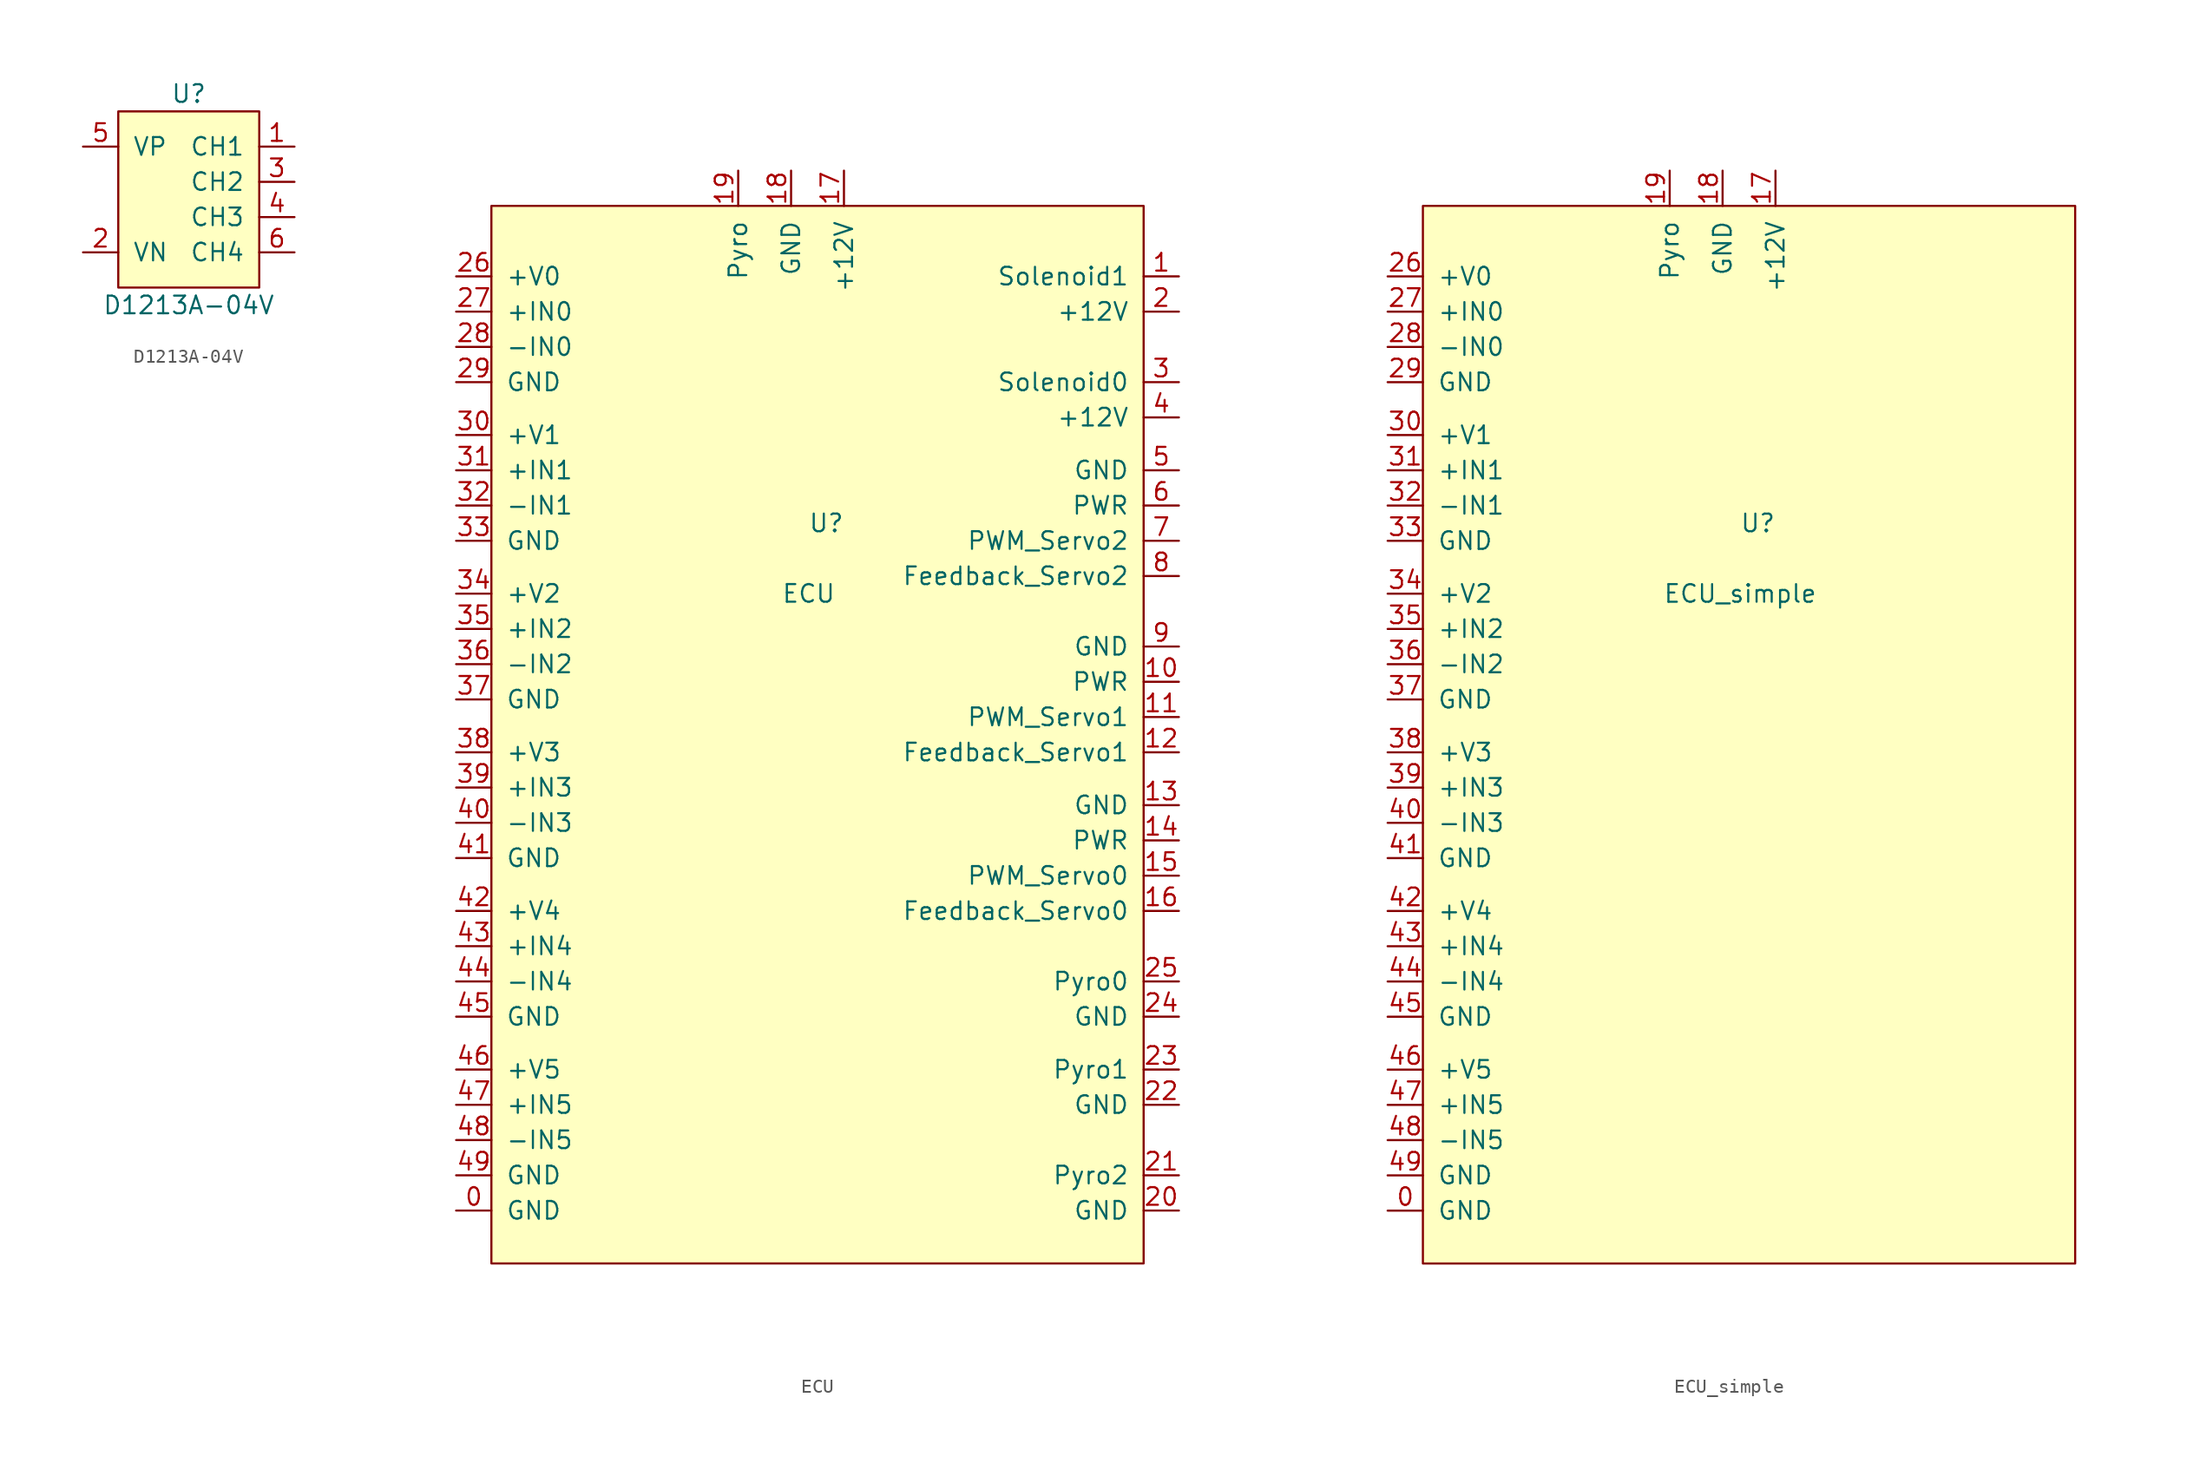
<source format=kicad_sym>
(kicad_symbol_lib
  (version 20211014)
  (generator kicad_symbol_editor)
  (symbol "D1213A-04V"
    (pin_names
      (offset 1.016))
    (property "Reference" "U"
      (at 0 7.62 0)
      (effects (font (size 1.27 1.27))))
    (property "Value" "D1213A-04V"
      (at 0 -7.62 0)
      (effects (font (size 1.27 1.27))))
    (symbol "D1213A-04V_0_1"
      (rectangle (start -5.08 6.35) (end 5.08 -6.35) (stroke (width 0) (type default) (color 0 0 0 0)) (fill (type background))))
    (symbol "D1213A-04V_1_1"
      (pin input line (at 7.62 3.81 180) (length 2.54) (name "CH1" (effects (font (size 1.27 1.27)))) (number "1" (effects (font (size 1.27 1.27)))))
      (pin power_in line (at -7.62 -3.81 0) (length 2.54) (name "VN" (effects (font (size 1.27 1.27)))) (number "2" (effects (font (size 1.27 1.27)))))
      (pin input line (at 7.62 1.27 180) (length 2.54) (name "CH2" (effects (font (size 1.27 1.27)))) (number "3" (effects (font (size 1.27 1.27)))))
      (pin input line (at 7.62 -1.27 180) (length 2.54) (name "CH3" (effects (font (size 1.27 1.27)))) (number "4" (effects (font (size 1.27 1.27)))))
      (pin power_in line (at -7.62 3.81 0) (length 2.54) (name "VP" (effects (font (size 1.27 1.27)))) (number "5" (effects (font (size 1.27 1.27)))))
      (pin input line (at 7.62 -3.81 180) (length 2.54) (name "CH4" (effects (font (size 1.27 1.27)))) (number "6" (effects (font (size 1.27 1.27)))))))
  (symbol "ECU"
    (pin_names
      (offset 1.016))
    (property "Reference" "U"
      (at 1.27 13.97 0)
      (effects (font (size 1.27 1.27))))
    (property "Value" "ECU"
      (at 0 8.89 0)
      (effects (font (size 1.27 1.27))))
    (symbol "ECU_0_1"
      (rectangle (start 24.13 36.83) (end -22.86 -39.37) (stroke (width 0) (type default) (color 0 0 0 0)) (fill (type background))))
    (symbol "ECU_1_1"
      (pin input line (at -25.4 -35.56 0) (length 2.54) (name "GND" (effects (font (size 1.27 1.27)))) (number "0" (effects (font (size 1.27 1.27)))))
      (pin input line (at 26.67 31.75 180) (length 2.54) (name "Solenoid1" (effects (font (size 1.27 1.27)))) (number "1" (effects (font (size 1.27 1.27)))))
      (pin input line (at 26.67 2.54 180) (length 2.54) (name "PWR" (effects (font (size 1.27 1.27)))) (number "10" (effects (font (size 1.27 1.27)))))
      (pin input line (at 26.67 0 180) (length 2.54) (name "PWM_Servo1" (effects (font (size 1.27 1.27)))) (number "11" (effects (font (size 1.27 1.27)))))
      (pin input line (at 26.67 -2.54 180) (length 2.54) (name "Feedback_Servo1" (effects (font (size 1.27 1.27)))) (number "12" (effects (font (size 1.27 1.27)))))
      (pin input line (at 26.67 -6.35 180) (length 2.54) (name "GND" (effects (font (size 1.27 1.27)))) (number "13" (effects (font (size 1.27 1.27)))))
      (pin input line (at 26.67 -8.89 180) (length 2.54) (name "PWR" (effects (font (size 1.27 1.27)))) (number "14" (effects (font (size 1.27 1.27)))))
      (pin input line (at 26.67 -11.43 180) (length 2.54) (name "PWM_Servo0" (effects (font (size 1.27 1.27)))) (number "15" (effects (font (size 1.27 1.27)))))
      (pin input line (at 26.67 -13.97 180) (length 2.54) (name "Feedback_Servo0" (effects (font (size 1.27 1.27)))) (number "16" (effects (font (size 1.27 1.27)))))
      (pin input line (at 2.54 39.37 270) (length 2.54) (name "+12V" (effects (font (size 1.27 1.27)))) (number "17" (effects (font (size 1.27 1.27)))))
      (pin input line (at -1.27 39.37 270) (length 2.54) (name "GND" (effects (font (size 1.27 1.27)))) (number "18" (effects (font (size 1.27 1.27)))))
      (pin input line (at -5.08 39.37 270) (length 2.54) (name "Pyro" (effects (font (size 1.27 1.27)))) (number "19" (effects (font (size 1.27 1.27)))))
      (pin input line (at 26.67 29.21 180) (length 2.54) (name "+12V" (effects (font (size 1.27 1.27)))) (number "2" (effects (font (size 1.27 1.27)))))
      (pin input line (at 26.67 -35.56 180) (length 2.54) (name "GND" (effects (font (size 1.27 1.27)))) (number "20" (effects (font (size 1.27 1.27)))))
      (pin input line (at 26.67 -33.02 180) (length 2.54) (name "Pyro2" (effects (font (size 1.27 1.27)))) (number "21" (effects (font (size 1.27 1.27)))))
      (pin input line (at 26.67 -27.94 180) (length 2.54) (name "GND" (effects (font (size 1.27 1.27)))) (number "22" (effects (font (size 1.27 1.27)))))
      (pin input line (at 26.67 -25.4 180) (length 2.54) (name "Pyro1" (effects (font (size 1.27 1.27)))) (number "23" (effects (font (size 1.27 1.27)))))
      (pin input line (at 26.67 -21.59 180) (length 2.54) (name "GND" (effects (font (size 1.27 1.27)))) (number "24" (effects (font (size 1.27 1.27)))))
      (pin input line (at 26.67 -19.05 180) (length 2.54) (name "Pyro0" (effects (font (size 1.27 1.27)))) (number "25" (effects (font (size 1.27 1.27)))))
      (pin input line (at -25.4 31.75 0) (length 2.54) (name "+V0" (effects (font (size 1.27 1.27)))) (number "26" (effects (font (size 1.27 1.27)))))
      (pin input line (at -25.4 29.21 0) (length 2.54) (name "+IN0" (effects (font (size 1.27 1.27)))) (number "27" (effects (font (size 1.27 1.27)))))
      (pin input line (at -25.4 26.67 0) (length 2.54) (name "-IN0" (effects (font (size 1.27 1.27)))) (number "28" (effects (font (size 1.27 1.27)))))
      (pin input line (at -25.4 24.13 0) (length 2.54) (name "GND" (effects (font (size 1.27 1.27)))) (number "29" (effects (font (size 1.27 1.27)))))
      (pin input line (at 26.67 24.13 180) (length 2.54) (name "Solenoid0" (effects (font (size 1.27 1.27)))) (number "3" (effects (font (size 1.27 1.27)))))
      (pin input line (at -25.4 20.32 0) (length 2.54) (name "+V1" (effects (font (size 1.27 1.27)))) (number "30" (effects (font (size 1.27 1.27)))))
      (pin input line (at -25.4 17.78 0) (length 2.54) (name "+IN1" (effects (font (size 1.27 1.27)))) (number "31" (effects (font (size 1.27 1.27)))))
      (pin input line (at -25.4 15.24 0) (length 2.54) (name "-IN1" (effects (font (size 1.27 1.27)))) (number "32" (effects (font (size 1.27 1.27)))))
      (pin input line (at -25.4 12.7 0) (length 2.54) (name "GND" (effects (font (size 1.27 1.27)))) (number "33" (effects (font (size 1.27 1.27)))))
      (pin input line (at -25.4 8.89 0) (length 2.54) (name "+V2" (effects (font (size 1.27 1.27)))) (number "34" (effects (font (size 1.27 1.27)))))
      (pin input line (at -25.4 6.35 0) (length 2.54) (name "+IN2" (effects (font (size 1.27 1.27)))) (number "35" (effects (font (size 1.27 1.27)))))
      (pin input line (at -25.4 3.81 0) (length 2.54) (name "-IN2" (effects (font (size 1.27 1.27)))) (number "36" (effects (font (size 1.27 1.27)))))
      (pin input line (at -25.4 1.27 0) (length 2.54) (name "GND" (effects (font (size 1.27 1.27)))) (number "37" (effects (font (size 1.27 1.27)))))
      (pin input line (at -25.4 -2.54 0) (length 2.54) (name "+V3" (effects (font (size 1.27 1.27)))) (number "38" (effects (font (size 1.27 1.27)))))
      (pin input line (at -25.4 -5.08 0) (length 2.54) (name "+IN3" (effects (font (size 1.27 1.27)))) (number "39" (effects (font (size 1.27 1.27)))))
      (pin input line (at 26.67 21.59 180) (length 2.54) (name "+12V" (effects (font (size 1.27 1.27)))) (number "4" (effects (font (size 1.27 1.27)))))
      (pin input line (at -25.4 -7.62 0) (length 2.54) (name "-IN3" (effects (font (size 1.27 1.27)))) (number "40" (effects (font (size 1.27 1.27)))))
      (pin input line (at -25.4 -10.16 0) (length 2.54) (name "GND" (effects (font (size 1.27 1.27)))) (number "41" (effects (font (size 1.27 1.27)))))
      (pin input line (at -25.4 -13.97 0) (length 2.54) (name "+V4" (effects (font (size 1.27 1.27)))) (number "42" (effects (font (size 1.27 1.27)))))
      (pin input line (at -25.4 -16.51 0) (length 2.54) (name "+IN4" (effects (font (size 1.27 1.27)))) (number "43" (effects (font (size 1.27 1.27)))))
      (pin input line (at -25.4 -19.05 0) (length 2.54) (name "-IN4" (effects (font (size 1.27 1.27)))) (number "44" (effects (font (size 1.27 1.27)))))
      (pin input line (at -25.4 -21.59 0) (length 2.54) (name "GND" (effects (font (size 1.27 1.27)))) (number "45" (effects (font (size 1.27 1.27)))))
      (pin input line (at -25.4 -25.4 0) (length 2.54) (name "+V5" (effects (font (size 1.27 1.27)))) (number "46" (effects (font (size 1.27 1.27)))))
      (pin input line (at -25.4 -27.94 0) (length 2.54) (name "+IN5" (effects (font (size 1.27 1.27)))) (number "47" (effects (font (size 1.27 1.27)))))
      (pin input line (at -25.4 -30.48 0) (length 2.54) (name "-IN5" (effects (font (size 1.27 1.27)))) (number "48" (effects (font (size 1.27 1.27)))))
      (pin input line (at -25.4 -33.02 0) (length 2.54) (name "GND" (effects (font (size 1.27 1.27)))) (number "49" (effects (font (size 1.27 1.27)))))
      (pin input line (at 26.67 17.78 180) (length 2.54) (name "GND" (effects (font (size 1.27 1.27)))) (number "5" (effects (font (size 1.27 1.27)))))
      (pin input line (at 26.67 15.24 180) (length 2.54) (name "PWR" (effects (font (size 1.27 1.27)))) (number "6" (effects (font (size 1.27 1.27)))))
      (pin input line (at 26.67 12.7 180) (length 2.54) (name "PWM_Servo2" (effects (font (size 1.27 1.27)))) (number "7" (effects (font (size 1.27 1.27)))))
      (pin input line (at 26.67 10.16 180) (length 2.54) (name "Feedback_Servo2" (effects (font (size 1.27 1.27)))) (number "8" (effects (font (size 1.27 1.27)))))
      (pin input line (at 26.67 5.08 180) (length 2.54) (name "GND" (effects (font (size 1.27 1.27)))) (number "9" (effects (font (size 1.27 1.27)))))))
  (symbol "ECU_simple"
    (pin_names
      (offset 1.016))
    (property "Reference" "U"
      (at 1.27 13.97 0)
      (effects (font (size 1.27 1.27))))
    (property "Value" "ECU_simple"
      (at 0 8.89 0)
      (effects (font (size 1.27 1.27))))
    (symbol "ECU_simple_0_1"
      (rectangle (start 24.13 36.83) (end -22.86 -39.37) (stroke (width 0) (type default) (color 0 0 0 0)) (fill (type background))))
    (symbol "ECU_simple_1_1"
      (pin input line (at -25.4 -35.56 0) (length 2.54) (name "GND" (effects (font (size 1.27 1.27)))) (number "0" (effects (font (size 1.27 1.27)))))
      (pin input line (at 2.54 39.37 270) (length 2.54) (name "+12V" (effects (font (size 1.27 1.27)))) (number "17" (effects (font (size 1.27 1.27)))))
      (pin input line (at -1.27 39.37 270) (length 2.54) (name "GND" (effects (font (size 1.27 1.27)))) (number "18" (effects (font (size 1.27 1.27)))))
      (pin input line (at -5.08 39.37 270) (length 2.54) (name "Pyro" (effects (font (size 1.27 1.27)))) (number "19" (effects (font (size 1.27 1.27)))))
      (pin input line (at -25.4 31.75 0) (length 2.54) (name "+V0" (effects (font (size 1.27 1.27)))) (number "26" (effects (font (size 1.27 1.27)))))
      (pin input line (at -25.4 29.21 0) (length 2.54) (name "+IN0" (effects (font (size 1.27 1.27)))) (number "27" (effects (font (size 1.27 1.27)))))
      (pin input line (at -25.4 26.67 0) (length 2.54) (name "-IN0" (effects (font (size 1.27 1.27)))) (number "28" (effects (font (size 1.27 1.27)))))
      (pin input line (at -25.4 24.13 0) (length 2.54) (name "GND" (effects (font (size 1.27 1.27)))) (number "29" (effects (font (size 1.27 1.27)))))
      (pin input line (at -25.4 20.32 0) (length 2.54) (name "+V1" (effects (font (size 1.27 1.27)))) (number "30" (effects (font (size 1.27 1.27)))))
      (pin input line (at -25.4 17.78 0) (length 2.54) (name "+IN1" (effects (font (size 1.27 1.27)))) (number "31" (effects (font (size 1.27 1.27)))))
      (pin input line (at -25.4 15.24 0) (length 2.54) (name "-IN1" (effects (font (size 1.27 1.27)))) (number "32" (effects (font (size 1.27 1.27)))))
      (pin input line (at -25.4 12.7 0) (length 2.54) (name "GND" (effects (font (size 1.27 1.27)))) (number "33" (effects (font (size 1.27 1.27)))))
      (pin input line (at -25.4 8.89 0) (length 2.54) (name "+V2" (effects (font (size 1.27 1.27)))) (number "34" (effects (font (size 1.27 1.27)))))
      (pin input line (at -25.4 6.35 0) (length 2.54) (name "+IN2" (effects (font (size 1.27 1.27)))) (number "35" (effects (font (size 1.27 1.27)))))
      (pin input line (at -25.4 3.81 0) (length 2.54) (name "-IN2" (effects (font (size 1.27 1.27)))) (number "36" (effects (font (size 1.27 1.27)))))
      (pin input line (at -25.4 1.27 0) (length 2.54) (name "GND" (effects (font (size 1.27 1.27)))) (number "37" (effects (font (size 1.27 1.27)))))
      (pin input line (at -25.4 -2.54 0) (length 2.54) (name "+V3" (effects (font (size 1.27 1.27)))) (number "38" (effects (font (size 1.27 1.27)))))
      (pin input line (at -25.4 -5.08 0) (length 2.54) (name "+IN3" (effects (font (size 1.27 1.27)))) (number "39" (effects (font (size 1.27 1.27)))))
      (pin input line (at -25.4 -7.62 0) (length 2.54) (name "-IN3" (effects (font (size 1.27 1.27)))) (number "40" (effects (font (size 1.27 1.27)))))
      (pin input line (at -25.4 -10.16 0) (length 2.54) (name "GND" (effects (font (size 1.27 1.27)))) (number "41" (effects (font (size 1.27 1.27)))))
      (pin input line (at -25.4 -13.97 0) (length 2.54) (name "+V4" (effects (font (size 1.27 1.27)))) (number "42" (effects (font (size 1.27 1.27)))))
      (pin input line (at -25.4 -16.51 0) (length 2.54) (name "+IN4" (effects (font (size 1.27 1.27)))) (number "43" (effects (font (size 1.27 1.27)))))
      (pin input line (at -25.4 -19.05 0) (length 2.54) (name "-IN4" (effects (font (size 1.27 1.27)))) (number "44" (effects (font (size 1.27 1.27)))))
      (pin input line (at -25.4 -21.59 0) (length 2.54) (name "GND" (effects (font (size 1.27 1.27)))) (number "45" (effects (font (size 1.27 1.27)))))
      (pin input line (at -25.4 -25.4 0) (length 2.54) (name "+V5" (effects (font (size 1.27 1.27)))) (number "46" (effects (font (size 1.27 1.27)))))
      (pin input line (at -25.4 -27.94 0) (length 2.54) (name "+IN5" (effects (font (size 1.27 1.27)))) (number "47" (effects (font (size 1.27 1.27)))))
      (pin input line (at -25.4 -30.48 0) (length 2.54) (name "-IN5" (effects (font (size 1.27 1.27)))) (number "48" (effects (font (size 1.27 1.27)))))
      (pin input line (at -25.4 -33.02 0) (length 2.54) (name "GND" (effects (font (size 1.27 1.27)))) (number "49" (effects (font (size 1.27 1.27))))))))
</source>
